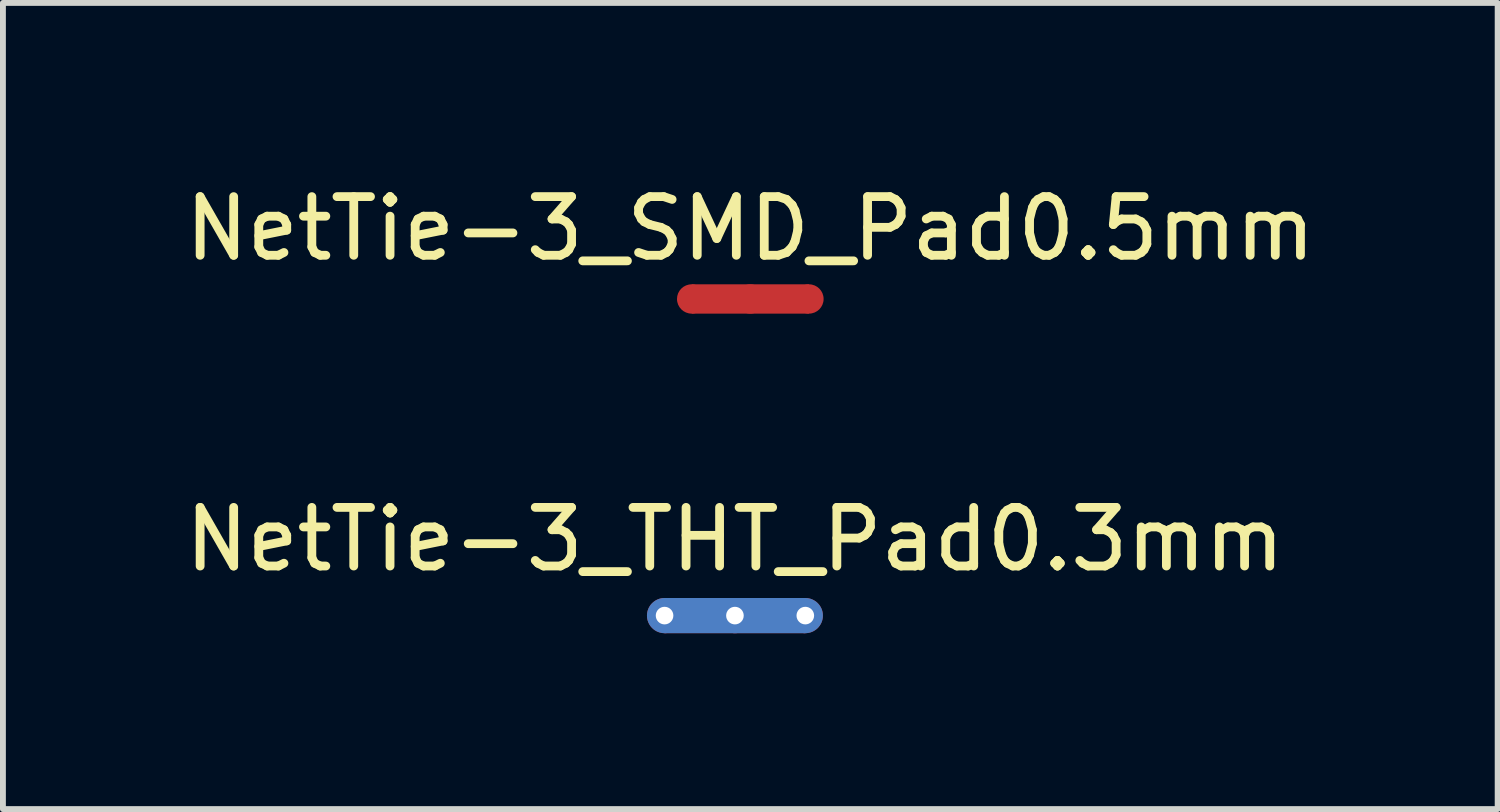
<source format=kicad_pcb>
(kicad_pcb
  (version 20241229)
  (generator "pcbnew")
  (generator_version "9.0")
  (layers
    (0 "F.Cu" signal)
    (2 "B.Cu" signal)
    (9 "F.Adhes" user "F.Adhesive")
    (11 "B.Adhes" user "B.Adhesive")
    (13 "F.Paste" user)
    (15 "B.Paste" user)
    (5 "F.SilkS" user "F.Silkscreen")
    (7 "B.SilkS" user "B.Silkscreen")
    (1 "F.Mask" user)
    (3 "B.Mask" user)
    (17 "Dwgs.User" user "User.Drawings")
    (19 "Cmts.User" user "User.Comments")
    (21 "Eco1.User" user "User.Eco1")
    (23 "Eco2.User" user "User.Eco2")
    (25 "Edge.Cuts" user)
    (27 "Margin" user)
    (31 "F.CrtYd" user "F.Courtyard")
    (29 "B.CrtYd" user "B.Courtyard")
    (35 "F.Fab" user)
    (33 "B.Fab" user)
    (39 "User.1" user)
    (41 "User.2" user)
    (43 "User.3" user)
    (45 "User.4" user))
  (footprint "NetTie-3_THT_Pad0.3mm"
    (layer "F.Cu")
    (at 8.282 7.447)
    (property "Reference" "NetTie-3_THT_Pad0.3mm" (at 1.2 -1.3 0) (layer "F.SilkS") (effects (font (size 1 1) (thickness 0.15))))
    (attr exclude_from_pos_files exclude_from_bom allow_missing_courtyard)
    (fp_poly (pts (xy 0 -0.3) (xy 2.4 -0.3) (xy 2.4 0.3) (xy 0 0.3)) (stroke (width 0) (type solid)) (fill yes) (layer "F.Cu"))
    (fp_poly (pts (xy 0 -0.3) (xy 2.4 -0.3) (xy 2.4 0.3) (xy 0 0.3)) (stroke (width 0) (type solid)) (fill yes) (layer "B.Cu"))
    (pad "1" thru_hole circle (at 0 0) (size 0.6 0.6) (drill 0.3) (layers "*.Cu"))
    (pad "2" thru_hole circle (at 1.2 0) (size 0.6 0.6) (drill 0.3) (layers "*.Cu"))
    (pad "3" thru_hole circle (at 2.4 0) (size 0.6 0.6) (drill 0.3) (layers "*.Cu")))
  (footprint "NetTie-3_SMD_Pad0.5mm"
    (layer "F.Cu")
    (at 9.744 2.048)
    (property "Reference" "NetTie-3_SMD_Pad0.5mm" (at 0 -1.2 0) (layer "F.SilkS") (effects (font (size 1 1) (thickness 0.15))))
    (attr exclude_from_pos_files exclude_from_bom allow_missing_courtyard)
    (fp_poly (pts (xy -1 -0.25) (xy 1 -0.25) (xy 1 0.25) (xy -1 0.25)) (stroke (width 0) (type solid)) (fill yes) (layer "F.Cu"))
    (pad "1" smd circle (at -1 0) (size 0.5 0.5) (layers "F.Cu"))
    (pad "2" smd circle (at 0 0) (size 0.5 0.5) (layers "F.Cu"))
    (pad "3" smd circle (at 1 0) (size 0.5 0.5) (layers "F.Cu")))
  (gr_rect
    (start -3 -3)
    (end 22.488 10.746)
    (stroke (width 0.1) (type default))
    (fill no)
    (layer "Edge.Cuts")))
</source>
